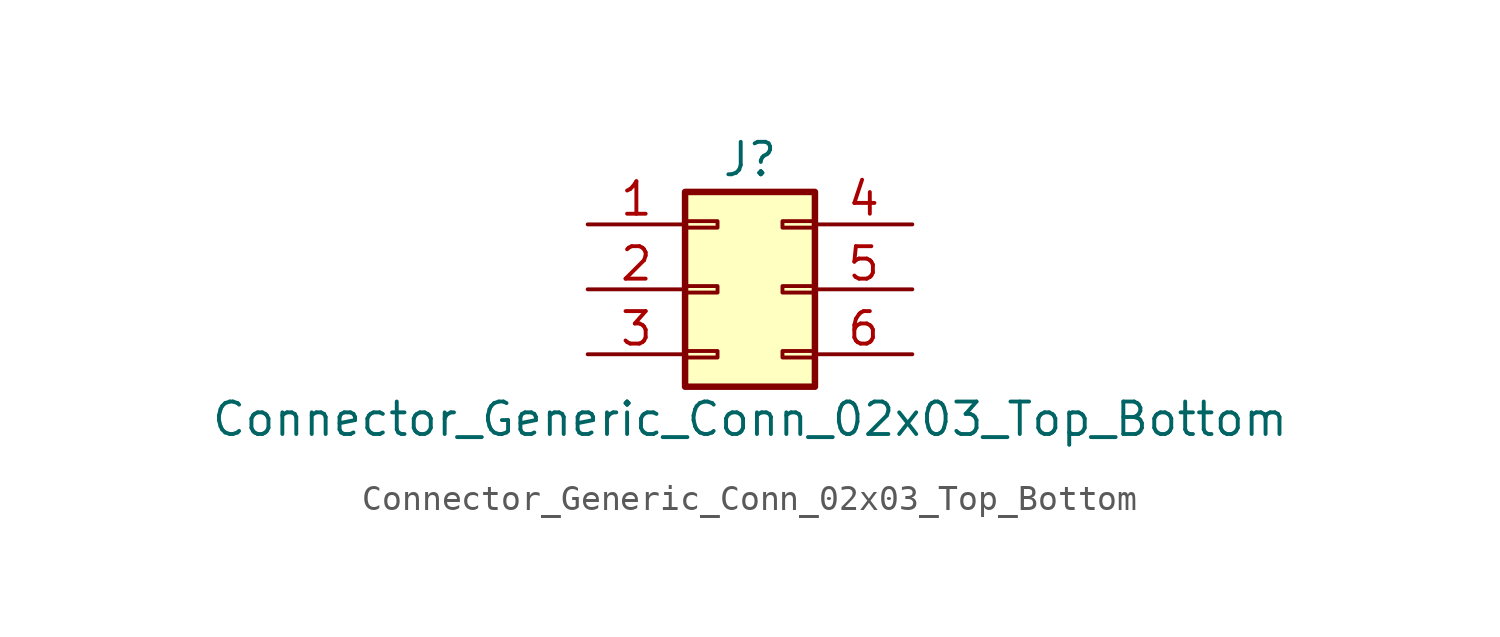
<source format=kicad_sym>
(kicad_symbol_lib
  (version 20211014)
  (generator kicad_symbol_editor)
  (symbol "Connector_Generic_Conn_02x03_Top_Bottom"
    (pin_names
      (offset 1.016) hide)
    (property "Reference" "J"
      (at 1.27 5.08 0)
      (effects (font (size 1.27 1.27))))
    (property "Value" "Connector_Generic_Conn_02x03_Top_Bottom"
      (at 1.27 -5.08 0)
      (effects (font (size 1.27 1.27))))
    (symbol "Connector_Generic_Conn_02x03_Top_Bottom_1_1"
      (rectangle (start -1.27 -2.413) (end 0 -2.667) (stroke (width 0.152) (type default) (color 0 0 0 0)) (fill (type none)))
      (rectangle (start -1.27 0.127) (end 0 -0.127) (stroke (width 0.152) (type default) (color 0 0 0 0)) (fill (type none)))
      (rectangle (start -1.27 2.667) (end 0 2.413) (stroke (width 0.152) (type default) (color 0 0 0 0)) (fill (type none)))
      (rectangle (start -1.27 3.81) (end 3.81 -3.81) (stroke (width 0.254) (type default) (color 0 0 0 0)) (fill (type background)))
      (rectangle (start 3.81 -2.413) (end 2.54 -2.667) (stroke (width 0.152) (type default) (color 0 0 0 0)) (fill (type none)))
      (rectangle (start 3.81 0.127) (end 2.54 -0.127) (stroke (width 0.152) (type default) (color 0 0 0 0)) (fill (type none)))
      (rectangle (start 3.81 2.667) (end 2.54 2.413) (stroke (width 0.152) (type default) (color 0 0 0 0)) (fill (type none)))
      (pin passive line (at -5.08 2.54 0) (length 3.81) (name "Pin_1" (effects (font (size 1.27 1.27)))) (number "1" (effects (font (size 1.27 1.27)))))
      (pin passive line (at -5.08 0 0) (length 3.81) (name "Pin_2" (effects (font (size 1.27 1.27)))) (number "2" (effects (font (size 1.27 1.27)))))
      (pin passive line (at -5.08 -2.54 0) (length 3.81) (name "Pin_3" (effects (font (size 1.27 1.27)))) (number "3" (effects (font (size 1.27 1.27)))))
      (pin passive line (at 7.62 2.54 180) (length 3.81) (name "Pin_4" (effects (font (size 1.27 1.27)))) (number "4" (effects (font (size 1.27 1.27)))))
      (pin passive line (at 7.62 0 180) (length 3.81) (name "Pin_5" (effects (font (size 1.27 1.27)))) (number "5" (effects (font (size 1.27 1.27)))))
      (pin passive line (at 7.62 -2.54 180) (length 3.81) (name "Pin_6" (effects (font (size 1.27 1.27)))) (number "6" (effects (font (size 1.27 1.27))))))))
</source>
